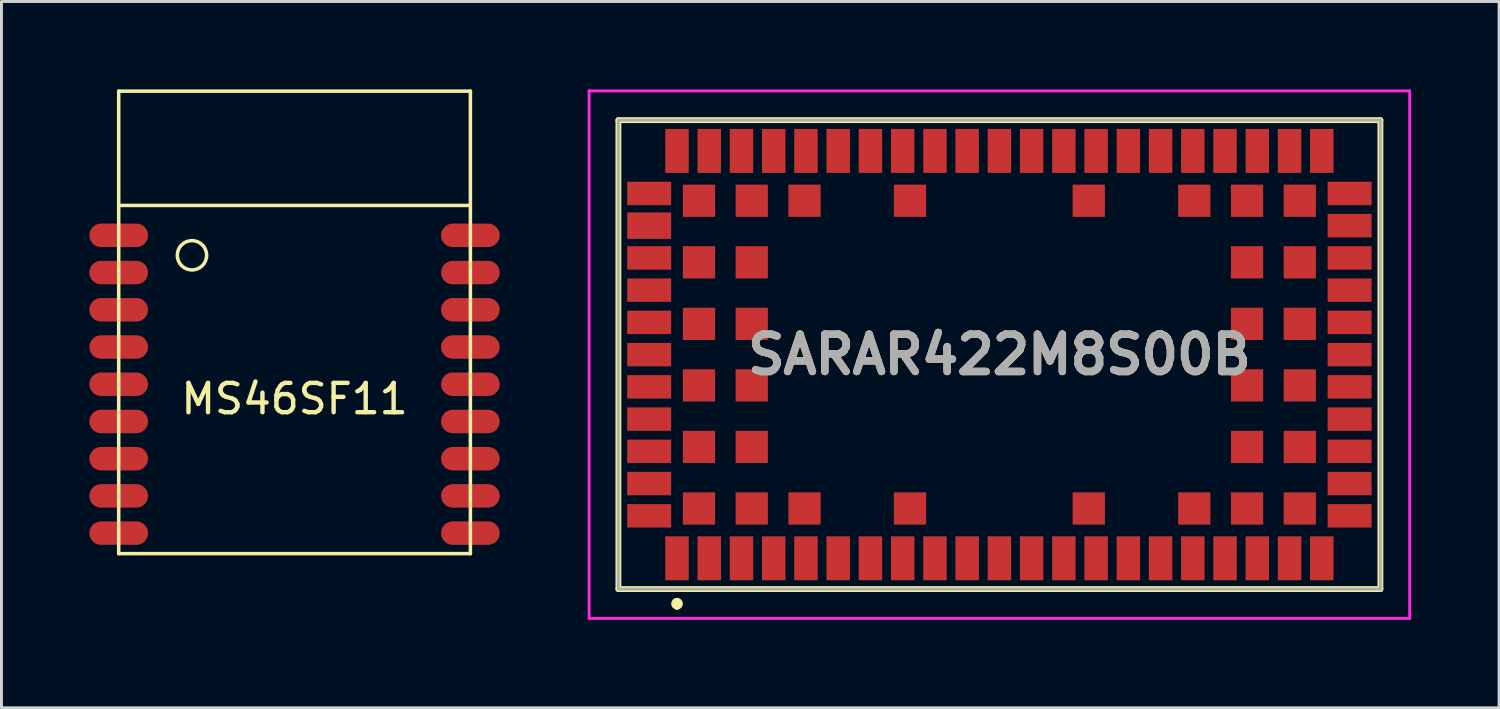
<source format=kicad_pcb>
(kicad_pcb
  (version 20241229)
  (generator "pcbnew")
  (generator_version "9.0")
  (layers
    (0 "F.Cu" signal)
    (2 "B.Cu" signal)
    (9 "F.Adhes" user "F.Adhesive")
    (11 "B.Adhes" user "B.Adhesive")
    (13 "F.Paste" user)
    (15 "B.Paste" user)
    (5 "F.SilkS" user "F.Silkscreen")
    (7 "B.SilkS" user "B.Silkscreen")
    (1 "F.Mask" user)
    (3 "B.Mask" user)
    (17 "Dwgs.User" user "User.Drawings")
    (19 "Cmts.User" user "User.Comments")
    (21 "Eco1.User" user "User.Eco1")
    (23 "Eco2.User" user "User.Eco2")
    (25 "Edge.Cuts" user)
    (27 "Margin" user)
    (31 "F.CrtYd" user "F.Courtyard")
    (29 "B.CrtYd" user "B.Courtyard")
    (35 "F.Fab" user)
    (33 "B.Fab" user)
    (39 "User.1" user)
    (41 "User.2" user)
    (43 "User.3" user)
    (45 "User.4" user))
  (footprint "SARAR422M8S00B"
    (layer "F.Cu")
    (at 31.05 9.05)
    (property "Reference" "SARAR422M8S00B" (at 0 0 0) (layer "F.SilkS") (effects (font (size 1.27 1.27) (thickness 0.254))))
    (attr smd)
    (fp_line (start -13 -8) (end -13 8) (stroke (width 0.2) (type solid)) (layer "F.SilkS"))
    (fp_line (start -13 8) (end 13 8) (stroke (width 0.2) (type solid)) (layer "F.SilkS"))
    (fp_line (start -11 8.4) (end -11 8.4) (stroke (width 0.2) (type solid)) (layer "F.SilkS"))
    (fp_line (start -11 8.6) (end -11 8.6) (stroke (width 0.2) (type solid)) (layer "F.SilkS"))
    (fp_line (start 13 -8) (end -13 -8) (stroke (width 0.2) (type solid)) (layer "F.SilkS"))
    (fp_line (start 13 8) (end 13 -8) (stroke (width 0.2) (type solid)) (layer "F.SilkS"))
    (fp_arc (start -11 8.4) (mid -10.9 8.5) (end -11 8.6) (stroke (width 0.2) (type solid)) (layer "F.SilkS"))
    (fp_arc (start -11 8.6) (mid -11.1 8.5) (end -11 8.4) (stroke (width 0.2) (type solid)) (layer "F.SilkS"))
    (fp_line (start -14 -9) (end -14 9) (stroke (width 0.1) (type solid)) (layer "F.CrtYd"))
    (fp_line (start -14 9) (end 14 9) (stroke (width 0.1) (type solid)) (layer "F.CrtYd"))
    (fp_line (start 14 -9) (end -14 -9) (stroke (width 0.1) (type solid)) (layer "F.CrtYd"))
    (fp_line (start 14 9) (end 14 -9) (stroke (width 0.1) (type solid)) (layer "F.CrtYd"))
    (fp_line (start -13 -8) (end -13 8) (stroke (width 0.1) (type solid)) (layer "F.Fab"))
    (fp_line (start -13 8) (end 13 8) (stroke (width 0.1) (type solid)) (layer "F.Fab"))
    (fp_line (start 13 -8) (end -13 -8) (stroke (width 0.1) (type solid)) (layer "F.Fab"))
    (fp_line (start 13 8) (end 13 -8) (stroke (width 0.1) (type solid)) (layer "F.Fab"))
    (fp_text user "${REFERENCE}" (at 0 0 0) (layer "F.Fab") (effects (font (size 1.27 1.27) (thickness 0.254))))
    (pad "1" smd rect (at -11 6.95) (size 0.8 1.5) (layers "F.Cu" "F.Mask" "F.Paste"))
    (pad "2" smd rect (at -9.9 6.95) (size 0.8 1.5) (layers "F.Cu" "F.Mask" "F.Paste"))
    (pad "3" smd rect (at -8.8 6.95) (size 0.8 1.5) (layers "F.Cu" "F.Mask" "F.Paste"))
    (pad "4" smd rect (at -7.7 6.95) (size 0.8 1.5) (layers "F.Cu" "F.Mask" "F.Paste"))
    (pad "5" smd rect (at -6.6 6.95) (size 0.8 1.5) (layers "F.Cu" "F.Mask" "F.Paste"))
    (pad "6" smd rect (at -5.5 6.95) (size 0.8 1.5) (layers "F.Cu" "F.Mask" "F.Paste"))
    (pad "7" smd rect (at -4.4 6.95) (size 0.8 1.5) (layers "F.Cu" "F.Mask" "F.Paste"))
    (pad "8" smd rect (at -3.3 6.95) (size 0.8 1.5) (layers "F.Cu" "F.Mask" "F.Paste"))
    (pad "9" smd rect (at -2.2 6.95) (size 0.8 1.5) (layers "F.Cu" "F.Mask" "F.Paste"))
    (pad "10" smd rect (at -1.1 6.95) (size 0.8 1.5) (layers "F.Cu" "F.Mask" "F.Paste"))
    (pad "11" smd rect (at 0 6.95) (size 0.8 1.5) (layers "F.Cu" "F.Mask" "F.Paste"))
    (pad "12" smd rect (at 1.1 6.95) (size 0.8 1.5) (layers "F.Cu" "F.Mask" "F.Paste"))
    (pad "13" smd rect (at 2.2 6.95) (size 0.8 1.5) (layers "F.Cu" "F.Mask" "F.Paste"))
    (pad "14" smd rect (at 3.3 6.95) (size 0.8 1.5) (layers "F.Cu" "F.Mask" "F.Paste"))
    (pad "15" smd rect (at 4.4 6.95) (size 0.8 1.5) (layers "F.Cu" "F.Mask" "F.Paste"))
    (pad "16" smd rect (at 5.5 6.95) (size 0.8 1.5) (layers "F.Cu" "F.Mask" "F.Paste"))
    (pad "17" smd rect (at 6.6 6.95) (size 0.8 1.5) (layers "F.Cu" "F.Mask" "F.Paste"))
    (pad "18" smd rect (at 7.7 6.95) (size 0.8 1.5) (layers "F.Cu" "F.Mask" "F.Paste"))
    (pad "19" smd rect (at 8.8 6.95) (size 0.8 1.5) (layers "F.Cu" "F.Mask" "F.Paste"))
    (pad "20" smd rect (at 9.9 6.95) (size 0.8 1.5) (layers "F.Cu" "F.Mask" "F.Paste"))
    (pad "21" smd rect (at 11 6.95) (size 0.8 1.5) (layers "F.Cu" "F.Mask" "F.Paste"))
    (pad "22" smd rect (at 11.95 5.5 90) (size 0.8 1.5) (layers "F.Cu" "F.Mask" "F.Paste"))
    (pad "23" smd rect (at 11.95 4.4 90) (size 0.8 1.5) (layers "F.Cu" "F.Mask" "F.Paste"))
    (pad "24" smd rect (at 11.95 3.3 90) (size 0.8 1.5) (layers "F.Cu" "F.Mask" "F.Paste"))
    (pad "25" smd rect (at 11.95 2.2 90) (size 0.8 1.5) (layers "F.Cu" "F.Mask" "F.Paste"))
    (pad "26" smd rect (at 11.95 1.1 90) (size 0.8 1.5) (layers "F.Cu" "F.Mask" "F.Paste"))
    (pad "27" smd rect (at 11.95 0 90) (size 0.8 1.5) (layers "F.Cu" "F.Mask" "F.Paste"))
    (pad "28" smd rect (at 11.95 -1.1 90) (size 0.8 1.5) (layers "F.Cu" "F.Mask" "F.Paste"))
    (pad "29" smd rect (at 11.95 -2.2 90) (size 0.8 1.5) (layers "F.Cu" "F.Mask" "F.Paste"))
    (pad "30" smd rect (at 11.95 -3.3 90) (size 0.8 1.5) (layers "F.Cu" "F.Mask" "F.Paste"))
    (pad "31" smd rect (at 11.95 -4.4 90) (size 0.8 1.5) (layers "F.Cu" "F.Mask" "F.Paste"))
    (pad "32" smd rect (at 11.95 -5.5 90) (size 0.8 1.5) (layers "F.Cu" "F.Mask" "F.Paste"))
    (pad "33" smd rect (at 11 -6.95) (size 0.8 1.5) (layers "F.Cu" "F.Mask" "F.Paste"))
    (pad "34" smd rect (at 9.9 -6.95) (size 0.8 1.5) (layers "F.Cu" "F.Mask" "F.Paste"))
    (pad "35" smd rect (at 8.8 -6.95) (size 0.8 1.5) (layers "F.Cu" "F.Mask" "F.Paste"))
    (pad "36" smd rect (at 7.7 -6.95) (size 0.8 1.5) (layers "F.Cu" "F.Mask" "F.Paste"))
    (pad "37" smd rect (at 6.6 -6.95) (size 0.8 1.5) (layers "F.Cu" "F.Mask" "F.Paste"))
    (pad "38" smd rect (at 5.5 -6.95) (size 0.8 1.5) (layers "F.Cu" "F.Mask" "F.Paste"))
    (pad "39" smd rect (at 4.4 -6.95) (size 0.8 1.5) (layers "F.Cu" "F.Mask" "F.Paste"))
    (pad "40" smd rect (at 3.3 -6.95) (size 0.8 1.5) (layers "F.Cu" "F.Mask" "F.Paste"))
    (pad "41" smd rect (at 2.2 -6.95) (size 0.8 1.5) (layers "F.Cu" "F.Mask" "F.Paste"))
    (pad "42" smd rect (at 1.1 -6.95) (size 0.8 1.5) (layers "F.Cu" "F.Mask" "F.Paste"))
    (pad "43" smd rect (at 0 -6.95) (size 0.8 1.5) (layers "F.Cu" "F.Mask" "F.Paste"))
    (pad "44" smd rect (at -1.1 -6.95) (size 0.8 1.5) (layers "F.Cu" "F.Mask" "F.Paste"))
    (pad "45" smd rect (at -2.2 -6.95) (size 0.8 1.5) (layers "F.Cu" "F.Mask" "F.Paste"))
    (pad "46" smd rect (at -3.3 -6.95) (size 0.8 1.5) (layers "F.Cu" "F.Mask" "F.Paste"))
    (pad "47" smd rect (at -4.4 -6.95) (size 0.8 1.5) (layers "F.Cu" "F.Mask" "F.Paste"))
    (pad "48" smd rect (at -5.5 -6.95) (size 0.8 1.5) (layers "F.Cu" "F.Mask" "F.Paste"))
    (pad "49" smd rect (at -6.6 -6.95) (size 0.8 1.5) (layers "F.Cu" "F.Mask" "F.Paste"))
    (pad "50" smd rect (at -7.7 -6.95) (size 0.8 1.5) (layers "F.Cu" "F.Mask" "F.Paste"))
    (pad "51" smd rect (at -8.8 -6.95) (size 0.8 1.5) (layers "F.Cu" "F.Mask" "F.Paste"))
    (pad "52" smd rect (at -9.9 -6.95) (size 0.8 1.5) (layers "F.Cu" "F.Mask" "F.Paste"))
    (pad "53" smd rect (at -11 -6.95) (size 0.8 1.5) (layers "F.Cu" "F.Mask" "F.Paste"))
    (pad "54" smd rect (at -11.95 -5.5 90) (size 0.8 1.5) (layers "F.Cu" "F.Mask" "F.Paste"))
    (pad "55" smd rect (at -11.95 -4.4 90) (size 0.9 1.5) (layers "F.Cu" "F.Mask" "F.Paste"))
    (pad "56" smd rect (at -11.95 -3.3 90) (size 0.8 1.5) (layers "F.Cu" "F.Mask" "F.Paste"))
    (pad "57" smd rect (at -11.95 -2.2 90) (size 0.8 1.5) (layers "F.Cu" "F.Mask" "F.Paste"))
    (pad "58" smd rect (at -11.95 -1.1 90) (size 0.8 1.5) (layers "F.Cu" "F.Mask" "F.Paste"))
    (pad "59" smd rect (at -11.95 0 90) (size 0.8 1.5) (layers "F.Cu" "F.Mask" "F.Paste"))
    (pad "60" smd rect (at -11.95 1.1 90) (size 0.8 1.5) (layers "F.Cu" "F.Mask" "F.Paste"))
    (pad "61" smd rect (at -11.95 2.2 90) (size 0.8 1.5) (layers "F.Cu" "F.Mask" "F.Paste"))
    (pad "62" smd rect (at -11.95 3.3 90) (size 0.8 1.5) (layers "F.Cu" "F.Mask" "F.Paste"))
    (pad "63" smd rect (at -11.95 4.4 90) (size 0.8 1.5) (layers "F.Cu" "F.Mask" "F.Paste"))
    (pad "64" smd rect (at -11.95 5.5 90) (size 0.8 1.5) (layers "F.Cu" "F.Mask" "F.Paste"))
    (pad "65" smd rect (at -10.25 5.25 90) (size 1.1 1.1) (layers "F.Cu" "F.Mask" "F.Paste"))
    (pad "66" smd rect (at -10.25 3.15 90) (size 1.1 1.1) (layers "F.Cu" "F.Mask" "F.Paste"))
    (pad "67" smd rect (at -10.25 1.05 90) (size 1.1 1.1) (layers "F.Cu" "F.Mask" "F.Paste"))
    (pad "68" smd rect (at -10.25 -1.05 90) (size 1.1 1.1) (layers "F.Cu" "F.Mask" "F.Paste"))
    (pad "69" smd rect (at -10.25 -3.15 90) (size 1.1 1.1) (layers "F.Cu" "F.Mask" "F.Paste"))
    (pad "70" smd rect (at -10.25 -5.25 90) (size 1.1 1.1) (layers "F.Cu" "F.Mask" "F.Paste"))
    (pad "71" smd rect (at -8.45 5.25 90) (size 1.1 1.1) (layers "F.Cu" "F.Mask" "F.Paste"))
    (pad "72" smd rect (at -8.45 3.15 90) (size 1.1 1.1) (layers "F.Cu" "F.Mask" "F.Paste"))
    (pad "73" smd rect (at -8.45 1.05 90) (size 1.1 1.1) (layers "F.Cu" "F.Mask" "F.Paste"))
    (pad "74" smd rect (at -8.45 -1.05 90) (size 1.1 1.1) (layers "F.Cu" "F.Mask" "F.Paste"))
    (pad "75" smd rect (at -8.45 -3.15 90) (size 1.1 1.1) (layers "F.Cu" "F.Mask" "F.Paste"))
    (pad "76" smd rect (at -8.45 -5.25 90) (size 1.1 1.1) (layers "F.Cu" "F.Mask" "F.Paste"))
    (pad "77" smd rect (at -6.65 5.25 90) (size 1.1 1.1) (layers "F.Cu" "F.Mask" "F.Paste"))
    (pad "78" smd rect (at -6.65 -5.25 90) (size 1.1 1.1) (layers "F.Cu" "F.Mask" "F.Paste"))
    (pad "79" smd rect (at -3.05 5.25 90) (size 1.1 1.1) (layers "F.Cu" "F.Mask" "F.Paste"))
    (pad "80" smd rect (at -3.05 -5.25 90) (size 1.1 1.1) (layers "F.Cu" "F.Mask" "F.Paste"))
    (pad "81" smd rect (at 3.05 5.25 90) (size 1.1 1.1) (layers "F.Cu" "F.Mask" "F.Paste"))
    (pad "82" smd rect (at 3.05 -5.25 90) (size 1.1 1.1) (layers "F.Cu" "F.Mask" "F.Paste"))
    (pad "83" smd rect (at 6.65 5.25 90) (size 1.1 1.1) (layers "F.Cu" "F.Mask" "F.Paste"))
    (pad "84" smd rect (at 6.65 -5.25 90) (size 1.1 1.1) (layers "F.Cu" "F.Mask" "F.Paste"))
    (pad "85" smd rect (at 8.45 5.25 90) (size 1.1 1.1) (layers "F.Cu" "F.Mask" "F.Paste"))
    (pad "86" smd rect (at 8.45 3.15 90) (size 1.1 1.1) (layers "F.Cu" "F.Mask" "F.Paste"))
    (pad "87" smd rect (at 8.45 1.05 90) (size 1.1 1.1) (layers "F.Cu" "F.Mask" "F.Paste"))
    (pad "88" smd rect (at 8.45 -1.05 90) (size 1.1 1.1) (layers "F.Cu" "F.Mask" "F.Paste"))
    (pad "89" smd rect (at 8.45 -3.15 90) (size 1.1 1.1) (layers "F.Cu" "F.Mask" "F.Paste"))
    (pad "90" smd rect (at 8.45 -5.25 90) (size 1.1 1.1) (layers "F.Cu" "F.Mask" "F.Paste"))
    (pad "91" smd rect (at 10.25 5.25 90) (size 1.1 1.1) (layers "F.Cu" "F.Mask" "F.Paste"))
    (pad "92" smd rect (at 10.25 3.15 90) (size 1.1 1.1) (layers "F.Cu" "F.Mask" "F.Paste"))
    (pad "93" smd rect (at 10.25 1.05 90) (size 1.1 1.1) (layers "F.Cu" "F.Mask" "F.Paste"))
    (pad "94" smd rect (at 10.25 -1.05 90) (size 1.1 1.1) (layers "F.Cu" "F.Mask" "F.Paste"))
    (pad "95" smd rect (at 10.25 -3.15 90) (size 1.1 1.1) (layers "F.Cu" "F.Mask" "F.Paste"))
    (pad "96" smd rect (at 10.25 -5.25 90) (size 1.1 1.1) (layers "F.Cu" "F.Mask" "F.Paste")))
  (footprint "MS46SF11"
    (layer "F.Cu")
    (at 7 10.06)
    (property "Reference" "MS46SF11" (at 0 0.5 0) (layer "F.SilkS") (effects (font (size 1 1) (thickness 0.15))))
    (attr through_hole)
    (fp_line (start -6 -10) (end -6 5.78) (stroke (width 0.12) (type solid)) (layer "F.SilkS"))
    (fp_line (start -6 -6.1) (end 6 -6.1) (stroke (width 0.12) (type solid)) (layer "F.SilkS"))
    (fp_line (start -6 5.78) (end 6 5.78) (stroke (width 0.12) (type solid)) (layer "F.SilkS"))
    (fp_line (start 6 -10) (end -6 -10) (stroke (width 0.12) (type solid)) (layer "F.SilkS"))
    (fp_line (start 6 5.78) (end 6 -10) (stroke (width 0.12) (type solid)) (layer "F.SilkS"))
    (fp_circle (center -3.5 -4.4) (end -3 -4.4) (stroke (width 0.12) (type solid)) (fill no) (layer "F.SilkS"))
    (pad "1" smd oval (at -6 -5.08) (size 2 0.8) (layers "F.Cu" "F.Mask" "F.Paste"))
    (pad "2" smd oval (at -6 -3.81) (size 2 0.8) (layers "F.Cu" "F.Mask" "F.Paste"))
    (pad "3" smd oval (at -6 -2.54) (size 2 0.8) (layers "F.Cu" "F.Mask" "F.Paste"))
    (pad "4" smd oval (at -6 -1.27) (size 2 0.8) (layers "F.Cu" "F.Mask" "F.Paste"))
    (pad "5" smd oval (at -6 0) (size 2 0.8) (layers "F.Cu" "F.Mask" "F.Paste"))
    (pad "6" smd oval (at -6 1.27) (size 2 0.8) (layers "F.Cu" "F.Mask" "F.Paste"))
    (pad "7" smd oval (at -6 2.54) (size 2 0.8) (layers "F.Cu" "F.Mask" "F.Paste"))
    (pad "8" smd oval (at -6 3.81) (size 2 0.8) (layers "F.Cu" "F.Mask" "F.Paste"))
    (pad "9" smd oval (at -6 5.08) (size 2 0.8) (layers "F.Cu" "F.Mask" "F.Paste"))
    (pad "10" smd oval (at 6 5.08) (size 2 0.8) (layers "F.Cu" "F.Mask" "F.Paste"))
    (pad "11" smd oval (at 6 3.81) (size 2 0.8) (layers "F.Cu" "F.Mask" "F.Paste"))
    (pad "12" smd oval (at 6 2.54) (size 2 0.8) (layers "F.Cu" "F.Mask" "F.Paste"))
    (pad "13" smd oval (at 6 1.27) (size 2 0.8) (layers "F.Cu" "F.Mask" "F.Paste"))
    (pad "14" smd oval (at 6 0) (size 2 0.8) (layers "F.Cu" "F.Mask" "F.Paste"))
    (pad "15" smd oval (at 6 -1.27) (size 2 0.8) (layers "F.Cu" "F.Mask" "F.Paste"))
    (pad "16" smd oval (at 6 -2.54) (size 2 0.8) (layers "F.Cu" "F.Mask" "F.Paste"))
    (pad "17" smd oval (at 6 -3.81) (size 2 0.8) (layers "F.Cu" "F.Mask" "F.Paste"))
    (pad "18" smd oval (at 6 -5.08) (size 2 0.8) (layers "F.Cu" "F.Mask" "F.Paste")))
  (gr_rect
    (start -3 -3)
    (end 48.1 21.1)
    (stroke (width 0.1) (type default))
    (fill no)
    (layer "Edge.Cuts")))
</source>
